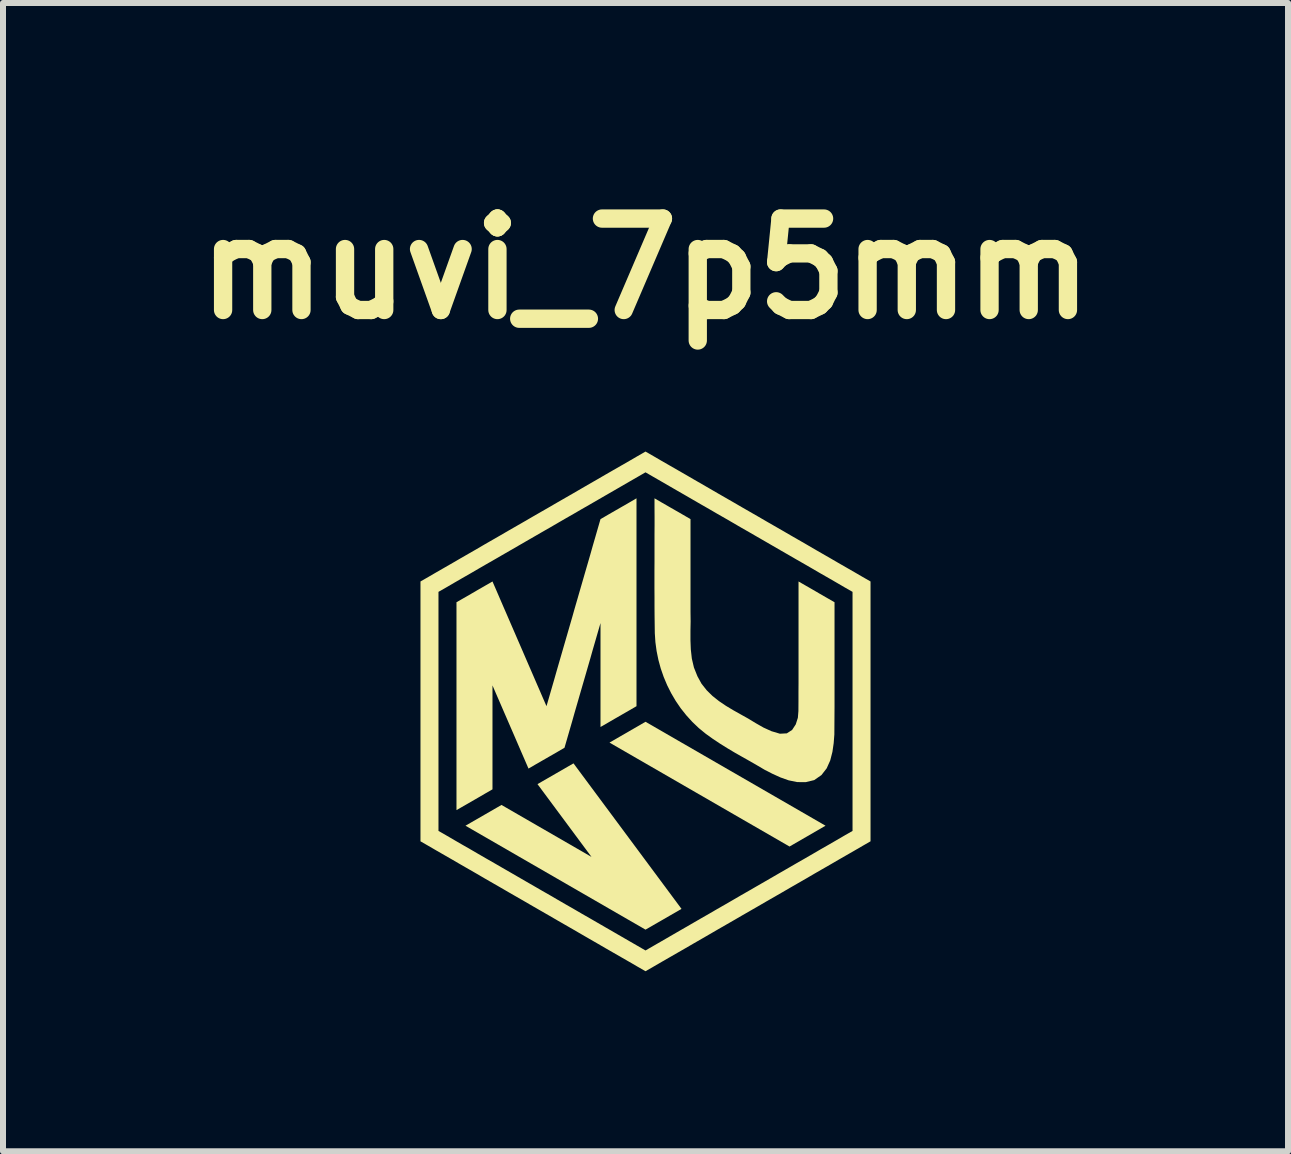
<source format=kicad_pcb>
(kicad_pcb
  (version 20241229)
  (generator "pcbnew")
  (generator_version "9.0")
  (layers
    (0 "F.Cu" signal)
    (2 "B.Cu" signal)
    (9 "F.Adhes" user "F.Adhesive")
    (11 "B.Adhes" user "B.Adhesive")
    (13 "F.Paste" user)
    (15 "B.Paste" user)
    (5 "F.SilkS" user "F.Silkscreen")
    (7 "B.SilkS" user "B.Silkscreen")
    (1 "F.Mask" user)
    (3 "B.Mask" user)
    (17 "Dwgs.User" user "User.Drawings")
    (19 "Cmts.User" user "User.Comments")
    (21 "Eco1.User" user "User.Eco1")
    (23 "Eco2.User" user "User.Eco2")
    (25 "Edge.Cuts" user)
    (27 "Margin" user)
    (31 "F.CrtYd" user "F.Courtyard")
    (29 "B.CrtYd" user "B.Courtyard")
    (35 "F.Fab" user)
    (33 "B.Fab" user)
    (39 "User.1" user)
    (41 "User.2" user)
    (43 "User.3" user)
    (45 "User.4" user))
  (footprint "muvi_7p5mm"
    (layer "F.Cu")
    (at 7.707 8.805)
    (property "Reference" "muvi_7p5mm" (at 0 -7.378 0) (layer "F.SilkS") (effects (font (size 1.524 1.524) (thickness 0.305))))
    (attr smd)
    (fp_poly (pts (xy -0.6 0.52) (xy 0 0.173) (xy 3 1.905) (xy 2.4 2.252) (xy -0.6 0.52)) (stroke (width 0) (type solid)) (fill yes) (layer "F.SilkS"))
    (fp_poly (pts (xy -3 1.905) (xy -2.4 1.559) (xy -0.9 2.425) (xy -1.8 1.212) (xy -1.2 0.866) (xy 0.6 3.291) (xy 0 3.637) (xy -3 1.905)) (stroke (width 0) (type solid)) (fill yes) (layer "F.SilkS"))
    (fp_poly (pts (xy 0.15 -3.551) (xy 0.15 -3.401) (xy 0.151 -3.251) (xy 0.151 -3.101) (xy 0.15 -2.951) (xy 0.15 -2.801) (xy 0.15 -2.651) (xy 0.15 -2.501) (xy 0.149 -2.351) (xy 0.149 -2.201) (xy 0.149 -2.051) (xy 0.15 -1.901) (xy 0.15 -1.751) (xy 0.151 -1.602) (xy 0.153 -1.452) (xy 0.155 -1.302) (xy 0.165 -1.153) (xy 0.185 -1.005) (xy 0.215 -0.858) (xy 0.254 -0.715) (xy 0.303 -0.574) (xy 0.361 -0.436) (xy 0.428 -0.303) (xy 0.503 -0.175) (xy 0.587 -0.052) (xy 0.68 0.065) (xy 0.78 0.175) (xy 0.888 0.278) (xy 1.004 0.373) (xy 1.121 0.457) (xy 1.241 0.537) (xy 1.363 0.613) (xy 1.487 0.687) (xy 1.612 0.758) (xy 1.738 0.829) (xy 1.863 0.901) (xy 1.987 0.974) (xy 2.114 1.039) (xy 2.248 1.1) (xy 2.386 1.149) (xy 2.528 1.178) (xy 2.67 1.179) (xy 2.811 1.145) (xy 2.932 1.061) (xy 3.019 0.949) (xy 3.078 0.818) (xy 3.115 0.674) (xy 3.136 0.528) (xy 3.147 0.385) (xy 3.148 0.228) (xy 3.149 0.07) (xy 3.15 -0.087) (xy 3.15 -0.244) (xy 3.15 -0.402) (xy 3.15 -0.559) (xy 3.15 -0.717) (xy 3.15 -0.874) (xy 3.15 -1.032) (xy 3.15 -1.189) (xy 3.15 -1.346) (xy 3.15 -1.504) (xy 3.15 -1.661) (xy 3.15 -1.819) (xy 3.03 -1.888) (xy 2.91 -1.957) (xy 2.79 -2.027) (xy 2.67 -2.096) (xy 2.55 -2.165) (xy 2.55 -2.011) (xy 2.55 -1.856) (xy 2.55 -1.702) (xy 2.55 -1.548) (xy 2.55 -1.393) (xy 2.55 -1.239) (xy 2.55 -1.085) (xy 2.55 -0.93) (xy 2.55 -0.776) (xy 2.55 -0.621) (xy 2.55 -0.467) (xy 2.549 -0.313) (xy 2.549 -0.158) (xy 2.548 -0.004) (xy 2.539 0.106) (xy 2.504 0.216) (xy 2.443 0.309) (xy 2.355 0.366) (xy 2.24 0.372) (xy 2.099 0.33) (xy 1.965 0.269) (xy 1.837 0.196) (xy 1.71 0.119) (xy 1.581 0.047) (xy 1.46 -0.021) (xy 1.34 -0.093) (xy 1.225 -0.171) (xy 1.116 -0.257) (xy 1.018 -0.354) (xy 0.933 -0.462) (xy 0.865 -0.586) (xy 0.807 -0.731) (xy 0.772 -0.88) (xy 0.755 -1.033) (xy 0.749 -1.188) (xy 0.749 -1.343) (xy 0.752 -1.499) (xy 0.75 -1.653) (xy 0.75 -1.808) (xy 0.75 -1.963) (xy 0.75 -2.118) (xy 0.75 -2.273) (xy 0.75 -2.428) (xy 0.75 -2.584) (xy 0.75 -2.739) (xy 0.75 -2.894) (xy 0.75 -3.049) (xy 0.75 -3.204) (xy 0.63 -3.274) (xy 0.51 -3.343) (xy 0.39 -3.412) (xy 0.27 -3.481) (xy 0.15 -3.551) (xy 0.15 -3.551)) (stroke (width 0) (type solid)) (fill yes) (layer "F.SilkS"))
    (fp_poly (pts (xy -3.15 1.645) (xy -3.15 1.488) (xy -3.15 1.331) (xy -3.15 1.173) (xy -3.15 1.016) (xy -3.15 0.858) (xy -3.15 0.701) (xy -3.15 0.543) (xy -3.15 0.386) (xy -3.15 0.228) (xy -3.15 0.071) (xy -3.15 -0.087) (xy -3.15 -0.244) (xy -3.15 -0.402) (xy -3.15 -0.559) (xy -3.15 -0.716) (xy -3.15 -0.874) (xy -3.15 -1.031) (xy -3.15 -1.189) (xy -3.15 -1.346) (xy -3.15 -1.504) (xy -3.15 -1.661) (xy -3.15 -1.819) (xy -3.03 -1.888) (xy -2.91 -1.957) (xy -2.79 -2.027) (xy -2.67 -2.096) (xy -2.55 -2.165) (xy -2.49 -2.027) (xy -2.43 -1.888) (xy -2.37 -1.749) (xy -2.31 -1.611) (xy -2.25 -1.472) (xy -2.19 -1.334) (xy -2.13 -1.195) (xy -2.07 -1.057) (xy -2.01 -0.918) (xy -1.95 -0.779) (xy -1.89 -0.641) (xy -1.83 -0.502) (xy -1.77 -0.364) (xy -1.71 -0.225) (xy -1.65 -0.087) (xy -1.607 -0.235) (xy -1.564 -0.384) (xy -1.521 -0.532) (xy -1.479 -0.68) (xy -1.436 -0.829) (xy -1.393 -0.977) (xy -1.35 -1.126) (xy -1.307 -1.274) (xy -1.264 -1.423) (xy -1.221 -1.571) (xy -1.179 -1.72) (xy -1.136 -1.868) (xy -1.093 -2.017) (xy -1.05 -2.165) (xy -1.007 -2.314) (xy -0.964 -2.462) (xy -0.921 -2.61) (xy -0.879 -2.759) (xy -0.836 -2.907) (xy -0.793 -3.056) (xy -0.75 -3.204) (xy -0.63 -3.274) (xy -0.51 -3.343) (xy -0.39 -3.412) (xy -0.27 -3.481) (xy -0.15 -3.551) (xy -0.15 -3.393) (xy -0.15 -3.236) (xy -0.15 -3.078) (xy -0.15 -2.921) (xy -0.15 -2.763) (xy -0.15 -2.606) (xy -0.15 -2.448) (xy -0.15 -2.291) (xy -0.15 -2.134) (xy -0.15 -1.976) (xy -0.15 -1.819) (xy -0.15 -1.661) (xy -0.15 -1.504) (xy -0.15 -1.346) (xy -0.15 -1.189) (xy -0.15 -1.031) (xy -0.15 -0.874) (xy -0.15 -0.716) (xy -0.15 -0.559) (xy -0.15 -0.402) (xy -0.15 -0.244) (xy -0.15 -0.087) (xy -0.27 -0.017) (xy -0.39 0.052) (xy -0.51 0.121) (xy -0.63 0.191) (xy -0.75 0.26) (xy -0.75 0.102) (xy -0.75 -0.055) (xy -0.75 -0.213) (xy -0.75 -0.37) (xy -0.75 -0.527) (xy -0.75 -0.685) (xy -0.75 -0.842) (xy -0.75 -1) (xy -0.75 -1.157) (xy -0.75 -1.315) (xy -0.75 -1.472) (xy -0.793 -1.324) (xy -0.836 -1.175) (xy -0.879 -1.027) (xy -0.921 -0.878) (xy -0.964 -0.73) (xy -1.007 -0.581) (xy -1.05 -0.433) (xy -1.093 -0.285) (xy -1.136 -0.136) (xy -1.179 0.012) (xy -1.221 0.161) (xy -1.264 0.309) (xy -1.307 0.458) (xy -1.35 0.606) (xy -1.47 0.676) (xy -1.59 0.745) (xy -1.71 0.814) (xy -1.83 0.883) (xy -1.95 0.953) (xy -2.01 0.814) (xy -2.07 0.676) (xy -2.13 0.537) (xy -2.19 0.398) (xy -2.25 0.26) (xy -2.31 0.121) (xy -2.37 -0.017) (xy -2.43 -0.156) (xy -2.49 -0.294) (xy -2.55 -0.433) (xy -2.55 -0.276) (xy -2.55 -0.118) (xy -2.55 0.039) (xy -2.55 0.197) (xy -2.55 0.354) (xy -2.55 0.512) (xy -2.55 0.669) (xy -2.55 0.827) (xy -2.55 0.984) (xy -2.55 1.142) (xy -2.55 1.299) (xy -2.67 1.368) (xy -2.79 1.438) (xy -2.91 1.507) (xy -3.03 1.576) (xy -3.15 1.645)) (stroke (width 0) (type solid)) (fill yes) (layer "F.SilkS"))
    (fp_poly (pts (xy 0 -4.33) (xy 0.133 -3.907) (xy 0.265 -3.831) (xy 0.398 -3.754) (xy 0.531 -3.677) (xy 0.663 -3.601) (xy 0.796 -3.524) (xy 0.929 -3.447) (xy 1.062 -3.371) (xy 1.194 -3.294) (xy 1.327 -3.218) (xy 1.46 -3.141) (xy 1.592 -3.064) (xy 1.725 -2.988) (xy 1.858 -2.911) (xy 1.99 -2.835) (xy 2.123 -2.758) (xy 2.256 -2.681) (xy 2.388 -2.605) (xy 2.521 -2.528) (xy 2.654 -2.452) (xy 2.787 -2.375) (xy 2.919 -2.298) (xy 3.052 -2.222) (xy 3.185 -2.145) (xy 3.317 -2.068) (xy 3.45 -1.992) (xy 3.45 -1.839) (xy 3.45 -1.685) (xy 3.45 -1.532) (xy 3.45 -1.379) (xy 3.45 -1.226) (xy 3.45 -1.073) (xy 3.45 -0.919) (xy 3.45 -0.766) (xy 3.45 -0.613) (xy 3.45 -0.46) (xy 3.45 -0.306) (xy 3.45 -0.153) (xy 3.45 0) (xy 3.45 0.153) (xy 3.45 0.306) (xy 3.45 0.46) (xy 3.45 0.613) (xy 3.45 0.766) (xy 3.45 0.919) (xy 3.45 1.073) (xy 3.45 1.226) (xy 3.45 1.379) (xy 3.45 1.532) (xy 3.45 1.685) (xy 3.45 1.839) (xy 3.45 1.992) (xy 3.317 2.068) (xy 3.185 2.145) (xy 3.052 2.222) (xy 2.919 2.298) (xy 2.787 2.375) (xy 2.654 2.452) (xy 2.521 2.528) (xy 2.388 2.605) (xy 2.256 2.681) (xy 2.123 2.758) (xy 1.99 2.835) (xy 1.858 2.911) (xy 1.725 2.988) (xy 1.592 3.064) (xy 1.46 3.141) (xy 1.327 3.218) (xy 1.194 3.294) (xy 1.062 3.371) (xy 0.929 3.447) (xy 0.796 3.524) (xy 0.663 3.601) (xy 0.531 3.677) (xy 0.398 3.754) (xy 0.265 3.831) (xy 0.133 3.907) (xy 0 3.984) (xy -0.133 3.907) (xy -0.265 3.831) (xy -0.398 3.754) (xy -0.531 3.677) (xy -0.663 3.601) (xy -0.796 3.524) (xy -0.929 3.447) (xy -1.062 3.371) (xy -1.194 3.294) (xy -1.327 3.218) (xy -1.46 3.141) (xy -1.592 3.064) (xy -1.725 2.988) (xy -1.858 2.911) (xy -1.99 2.835) (xy -2.123 2.758) (xy -2.256 2.681) (xy -2.388 2.605) (xy -2.521 2.528) (xy -2.654 2.452) (xy -2.787 2.375) (xy -2.919 2.298) (xy -3.052 2.222) (xy -3.185 2.145) (xy -3.317 2.068) (xy -3.45 1.992) (xy -3.45 1.839) (xy -3.45 1.685) (xy -3.45 1.532) (xy -3.45 1.379) (xy -3.45 1.226) (xy -3.45 1.073) (xy -3.45 0.919) (xy -3.45 0.766) (xy -3.45 0.613) (xy -3.45 0.46) (xy -3.45 0.306) (xy -3.45 0.153) (xy -3.45 0) (xy -3.45 -0.153) (xy -3.45 -0.306) (xy -3.45 -0.46) (xy -3.45 -0.613) (xy -3.45 -0.766) (xy -3.45 -0.919) (xy -3.45 -1.073) (xy -3.45 -1.226) (xy -3.45 -1.379) (xy -3.45 -1.532) (xy -3.45 -1.685) (xy -3.45 -1.839) (xy -3.45 -1.992) (xy -3.317 -2.068) (xy -3.185 -2.145) (xy -3.052 -2.222) (xy -2.919 -2.298) (xy -2.787 -2.375) (xy -2.654 -2.452) (xy -2.521 -2.528) (xy -2.388 -2.605) (xy -2.256 -2.681) (xy -2.123 -2.758) (xy -1.99 -2.835) (xy -1.858 -2.911) (xy -1.725 -2.988) (xy -1.592 -3.064) (xy -1.46 -3.141) (xy -1.327 -3.218) (xy -1.194 -3.294) (xy -1.062 -3.371) (xy -0.929 -3.447) (xy -0.796 -3.524) (xy -0.663 -3.601) (xy -0.531 -3.677) (xy -0.398 -3.754) (xy -0.265 -3.831) (xy -0.133 -3.907) (xy 0 -3.984) (xy 0.133 -3.907) (xy 0 -4.33) (xy -0.134 -4.253) (xy -0.268 -4.175) (xy -0.402 -4.098) (xy -0.536 -4.021) (xy -0.67 -3.944) (xy -0.804 -3.866) (xy -0.938 -3.789) (xy -1.071 -3.712) (xy -1.205 -3.634) (xy -1.339 -3.557) (xy -1.473 -3.48) (xy -1.607 -3.402) (xy -1.741 -3.325) (xy -1.875 -3.248) (xy -2.009 -3.17) (xy -2.143 -3.093) (xy -2.277 -3.016) (xy -2.411 -2.938) (xy -2.545 -2.861) (xy -2.679 -2.784) (xy -2.812 -2.706) (xy -2.946 -2.629) (xy -3.08 -2.552) (xy -3.214 -2.474) (xy -3.348 -2.397) (xy -3.482 -2.32) (xy -3.616 -2.242) (xy -3.75 -2.165) (xy -3.75 -2.01) (xy -3.75 -1.856) (xy -3.75 -1.701) (xy -3.75 -1.546) (xy -3.75 -1.392) (xy -3.75 -1.237) (xy -3.75 -1.083) (xy -3.75 -0.928) (xy -3.75 -0.773) (xy -3.75 -0.619) (xy -3.75 -0.464) (xy -3.75 -0.309) (xy -3.75 -0.155) (xy -3.75 0) (xy -3.75 0.155) (xy -3.75 0.309) (xy -3.75 0.464) (xy -3.75 0.619) (xy -3.75 0.773) (xy -3.75 0.928) (xy -3.75 1.083) (xy -3.75 1.237) (xy -3.75 1.392) (xy -3.75 1.546) (xy -3.75 1.701) (xy -3.75 1.856) (xy -3.75 2.01) (xy -3.75 2.165) (xy -3.616 2.242) (xy -3.482 2.32) (xy -3.348 2.397) (xy -3.214 2.474) (xy -3.08 2.552) (xy -2.946 2.629) (xy -2.812 2.706) (xy -2.679 2.784) (xy -2.545 2.861) (xy -2.411 2.938) (xy -2.277 3.016) (xy -2.143 3.093) (xy -2.009 3.17) (xy -1.875 3.248) (xy -1.741 3.325) (xy -1.607 3.402) (xy -1.473 3.48) (xy -1.339 3.557) (xy -1.205 3.634) (xy -1.071 3.712) (xy -0.938 3.789) (xy -0.804 3.866) (xy -0.67 3.944) (xy -0.536 4.021) (xy -0.402 4.098) (xy -0.268 4.175) (xy -0.134 4.253) (xy 0 4.33) (xy 0.134 4.253) (xy 0.268 4.175) (xy 0.402 4.098) (xy 0.536 4.021) (xy 0.67 3.944) (xy 0.804 3.866) (xy 0.938 3.789) (xy 1.071 3.712) (xy 1.205 3.634) (xy 1.339 3.557) (xy 1.473 3.48) (xy 1.607 3.402) (xy 1.741 3.325) (xy 1.875 3.248) (xy 2.009 3.17) (xy 2.143 3.093) (xy 2.277 3.016) (xy 2.411 2.938) (xy 2.545 2.861) (xy 2.679 2.784) (xy 2.812 2.706) (xy 2.946 2.629) (xy 3.08 2.552) (xy 3.214 2.474) (xy 3.348 2.397) (xy 3.482 2.32) (xy 3.616 2.242) (xy 3.75 2.165) (xy 3.75 2.01) (xy 3.75 1.856) (xy 3.75 1.701) (xy 3.75 1.546) (xy 3.75 1.392) (xy 3.75 1.237) (xy 3.75 1.083) (xy 3.75 0.928) (xy 3.75 0.773) (xy 3.75 0.619) (xy 3.75 0.464) (xy 3.75 0.309) (xy 3.75 0.155) (xy 3.75 0) (xy 3.75 -0.155) (xy 3.75 -0.309) (xy 3.75 -0.464) (xy 3.75 -0.619) (xy 3.75 -0.773) (xy 3.75 -0.928) (xy 3.75 -1.083) (xy 3.75 -1.237) (xy 3.75 -1.392) (xy 3.75 -1.546) (xy 3.75 -1.701) (xy 3.75 -1.856) (xy 3.75 -2.01) (xy 3.75 -2.165) (xy 3.616 -2.242) (xy 3.482 -2.32) (xy 3.348 -2.397) (xy 3.214 -2.474) (xy 3.08 -2.552) (xy 2.946 -2.629) (xy 2.812 -2.706) (xy 2.679 -2.784) (xy 2.545 -2.861) (xy 2.411 -2.938) (xy 2.277 -3.016) (xy 2.143 -3.093) (xy 2.009 -3.17) (xy 1.875 -3.248) (xy 1.741 -3.325) (xy 1.607 -3.402) (xy 1.473 -3.48) (xy 1.339 -3.557) (xy 1.205 -3.634) (xy 1.071 -3.712) (xy 0.938 -3.789) (xy 0.804 -3.866) (xy 0.67 -3.944) (xy 0.536 -4.021) (xy 0.402 -4.098) (xy 0.268 -4.175) (xy 0.134 -4.253) (xy 0 -4.33)) (stroke (width 0) (type solid)) (fill yes) (layer "F.SilkS")))
  (gr_rect
    (start -3 -3)
    (end 18.414 16.135)
    (stroke (width 0.1) (type default))
    (fill no)
    (layer "Edge.Cuts")))
</source>
